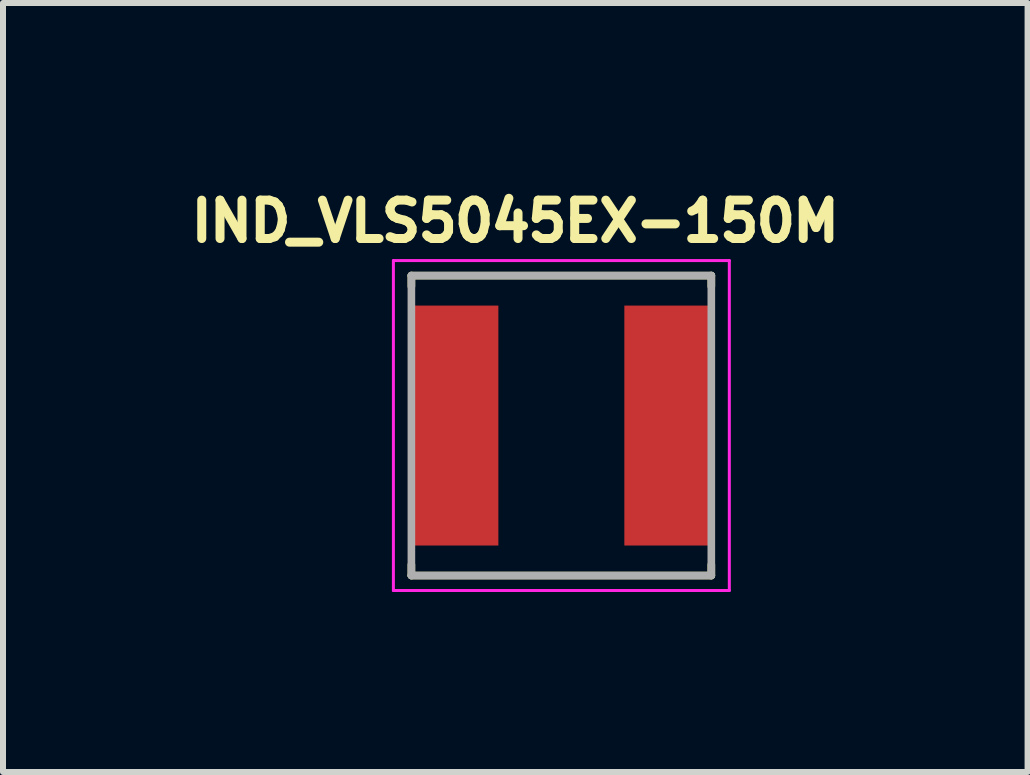
<source format=kicad_pcb>
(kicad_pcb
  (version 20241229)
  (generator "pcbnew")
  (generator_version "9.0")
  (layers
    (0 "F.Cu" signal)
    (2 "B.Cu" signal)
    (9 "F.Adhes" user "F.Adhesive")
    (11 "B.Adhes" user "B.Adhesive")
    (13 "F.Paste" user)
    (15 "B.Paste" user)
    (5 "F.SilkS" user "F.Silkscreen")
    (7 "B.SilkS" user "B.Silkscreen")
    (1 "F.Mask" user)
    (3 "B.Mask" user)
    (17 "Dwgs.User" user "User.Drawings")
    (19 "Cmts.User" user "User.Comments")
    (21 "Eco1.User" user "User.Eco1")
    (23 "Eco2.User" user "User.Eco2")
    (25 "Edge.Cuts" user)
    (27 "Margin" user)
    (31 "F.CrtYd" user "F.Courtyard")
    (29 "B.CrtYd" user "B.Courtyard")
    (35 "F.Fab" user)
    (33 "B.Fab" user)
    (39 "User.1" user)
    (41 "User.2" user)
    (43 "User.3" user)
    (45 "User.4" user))
  (footprint "IND_VLS5045EX-150M"
    (layer "F.Cu")
    (at 6.308 4.044)
    (property "Reference" "IND_VLS5045EX-150M" (at -0.768 -3.406 0) (layer "F.SilkS") (effects (font (size 0.64 0.64) (thickness 0.15))))
    (attr smd)
    (fp_line (start -2.5 -2.5) (end -2.5 -2.32) (stroke (width 0.127) (type solid)) (layer "F.SilkS"))
    (fp_line (start -2.5 -2.5) (end 2.5 -2.5) (stroke (width 0.127) (type solid)) (layer "F.SilkS"))
    (fp_line (start -2.5 2.5) (end -2.5 2.32) (stroke (width 0.127) (type solid)) (layer "F.SilkS"))
    (fp_line (start -2.5 2.5) (end 2.5 2.5) (stroke (width 0.127) (type solid)) (layer "F.SilkS"))
    (fp_line (start 2.5 -2.5) (end 2.5 -2.32) (stroke (width 0.127) (type solid)) (layer "F.SilkS"))
    (fp_line (start 2.5 2.5) (end 2.5 2.32) (stroke (width 0.127) (type solid)) (layer "F.SilkS"))
    (fp_line (start -2.8 -2.75) (end -2.8 2.75) (stroke (width 0.05) (type solid)) (layer "F.CrtYd"))
    (fp_line (start -2.8 2.75) (end 2.8 2.75) (stroke (width 0.05) (type solid)) (layer "F.CrtYd"))
    (fp_line (start 2.8 -2.75) (end -2.8 -2.75) (stroke (width 0.05) (type solid)) (layer "F.CrtYd"))
    (fp_line (start 2.8 2.75) (end 2.8 -2.75) (stroke (width 0.05) (type solid)) (layer "F.CrtYd"))
    (fp_line (start -2.5 -2.5) (end -2.5 2.5) (stroke (width 0.127) (type solid)) (layer "F.Fab"))
    (fp_line (start -2.5 -2.5) (end 2.5 -2.5) (stroke (width 0.127) (type solid)) (layer "F.Fab"))
    (fp_line (start -2.5 2.5) (end 2.5 2.5) (stroke (width 0.127) (type solid)) (layer "F.Fab"))
    (fp_line (start 2.5 -2.5) (end 2.5 2.5) (stroke (width 0.127) (type solid)) (layer "F.Fab"))
    (pad "1" smd rect (at -1.8 0) (size 1.5 4) (layers "F.Cu" "F.Mask" "F.Paste"))
    (pad "2" smd rect (at 1.8 0) (size 1.5 4) (layers "F.Cu" "F.Mask" "F.Paste")))
  (gr_rect
    (start -3 -3)
    (end 14.08 9.819)
    (stroke (width 0.1) (type default))
    (fill no)
    (layer "Edge.Cuts")))
</source>
